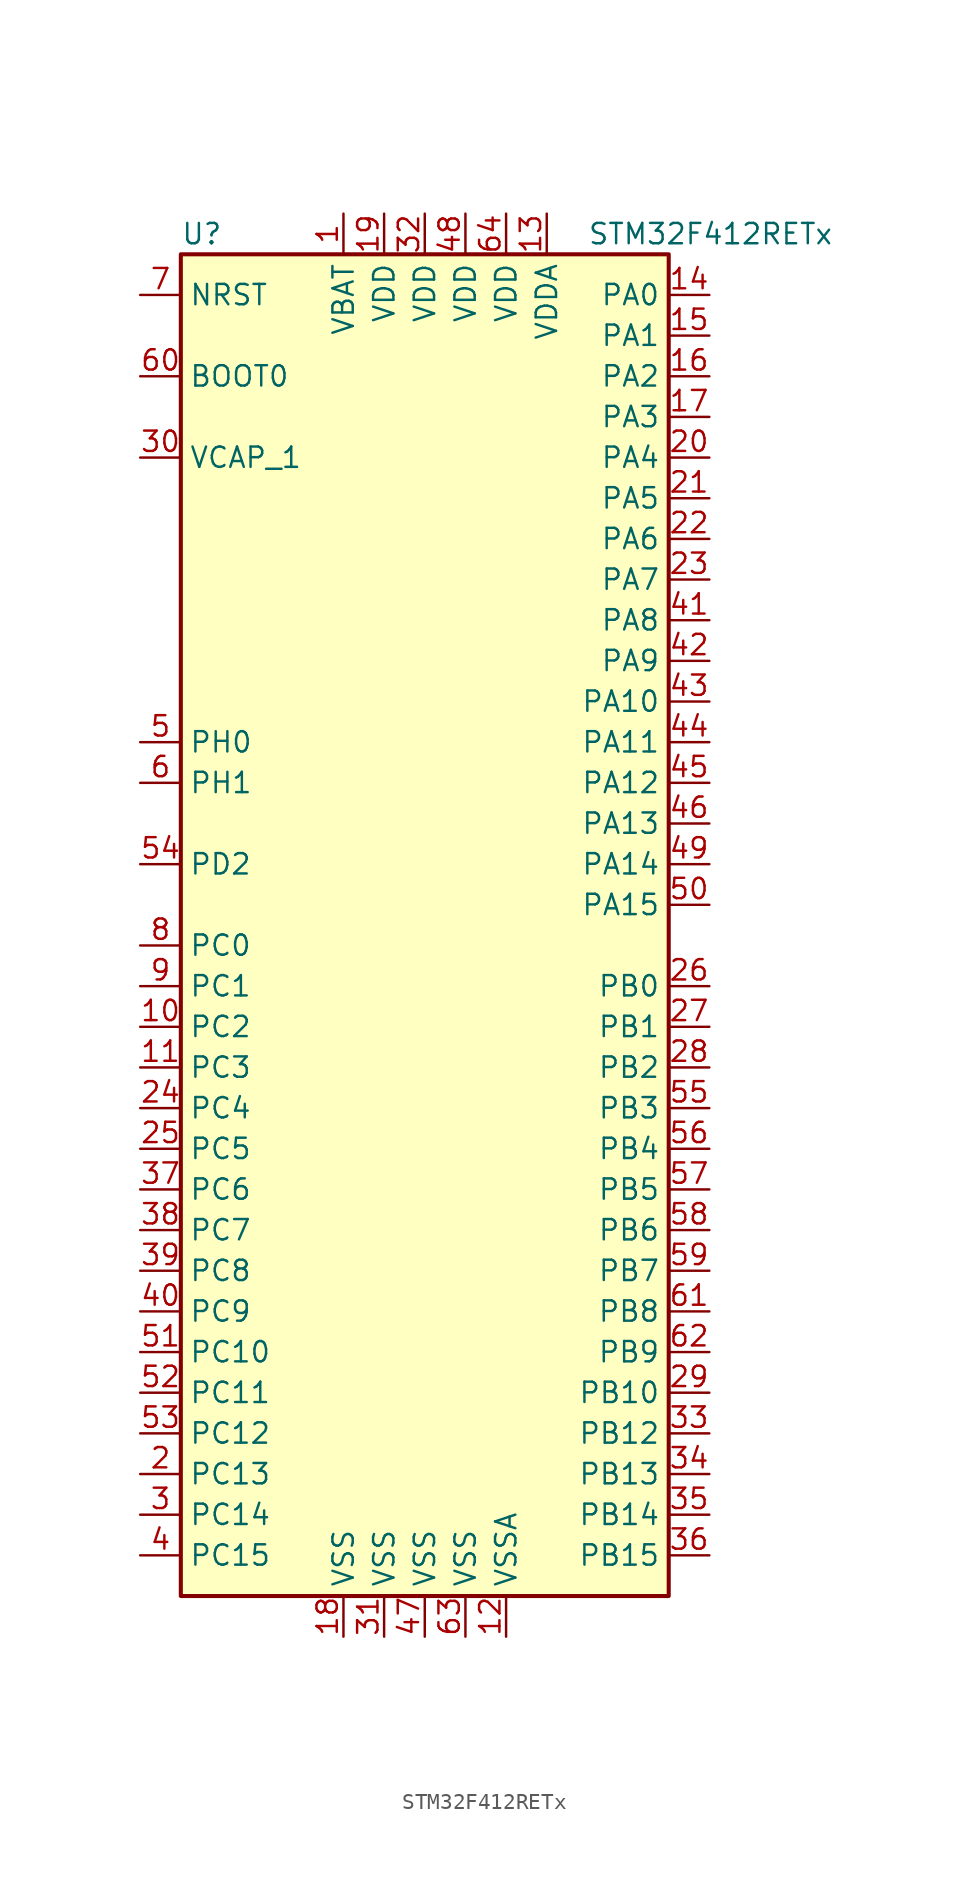
<source format=kicad_sym>
(kicad_symbol_lib
  (version 20211014)
  (generator kicad_symbol_editor)
  (symbol "STM32F412RETx"
    (property "Reference" "U"
      (at -15.24 41.91 0)
      (effects (font (size 1.27 1.27)) (justify left)))
    (property "Value" "STM32F412RETx"
      (at 10.16 41.91 0)
      (effects (font (size 1.27 1.27)) (justify left)))
    (symbol "STM32F412RETx_0_1"
      (rectangle (start -15.24 -43.18) (end 15.24 40.64) (stroke (width 0.254) (type default) (color 0 0 0 0)) (fill (type background))))
    (symbol "STM32F412RETx_1_1"
      (pin power_in line (at -5.08 43.18 270) (length 2.54) (name "VBAT" (effects (font (size 1.27 1.27)))) (number "1" (effects (font (size 1.27 1.27)))))
      (pin bidirectional line (at -17.78 -7.62 0) (length 2.54) (name "PC2" (effects (font (size 1.27 1.27)))) (number "10" (effects (font (size 1.27 1.27)))))
      (pin bidirectional line (at -17.78 -10.16 0) (length 2.54) (name "PC3" (effects (font (size 1.27 1.27)))) (number "11" (effects (font (size 1.27 1.27)))))
      (pin power_in line (at 5.08 -45.72 90) (length 2.54) (name "VSSA" (effects (font (size 1.27 1.27)))) (number "12" (effects (font (size 1.27 1.27)))))
      (pin power_in line (at 7.62 43.18 270) (length 2.54) (name "VDDA" (effects (font (size 1.27 1.27)))) (number "13" (effects (font (size 1.27 1.27)))))
      (pin bidirectional line (at 17.78 38.1 180) (length 2.54) (name "PA0" (effects (font (size 1.27 1.27)))) (number "14" (effects (font (size 1.27 1.27)))))
      (pin bidirectional line (at 17.78 35.56 180) (length 2.54) (name "PA1" (effects (font (size 1.27 1.27)))) (number "15" (effects (font (size 1.27 1.27)))))
      (pin bidirectional line (at 17.78 33.02 180) (length 2.54) (name "PA2" (effects (font (size 1.27 1.27)))) (number "16" (effects (font (size 1.27 1.27)))))
      (pin bidirectional line (at 17.78 30.48 180) (length 2.54) (name "PA3" (effects (font (size 1.27 1.27)))) (number "17" (effects (font (size 1.27 1.27)))))
      (pin power_in line (at -5.08 -45.72 90) (length 2.54) (name "VSS" (effects (font (size 1.27 1.27)))) (number "18" (effects (font (size 1.27 1.27)))))
      (pin power_in line (at -2.54 43.18 270) (length 2.54) (name "VDD" (effects (font (size 1.27 1.27)))) (number "19" (effects (font (size 1.27 1.27)))))
      (pin bidirectional line (at -17.78 -35.56 0) (length 2.54) (name "PC13" (effects (font (size 1.27 1.27)))) (number "2" (effects (font (size 1.27 1.27)))))
      (pin bidirectional line (at 17.78 27.94 180) (length 2.54) (name "PA4" (effects (font (size 1.27 1.27)))) (number "20" (effects (font (size 1.27 1.27)))))
      (pin bidirectional line (at 17.78 25.4 180) (length 2.54) (name "PA5" (effects (font (size 1.27 1.27)))) (number "21" (effects (font (size 1.27 1.27)))))
      (pin bidirectional line (at 17.78 22.86 180) (length 2.54) (name "PA6" (effects (font (size 1.27 1.27)))) (number "22" (effects (font (size 1.27 1.27)))))
      (pin bidirectional line (at 17.78 20.32 180) (length 2.54) (name "PA7" (effects (font (size 1.27 1.27)))) (number "23" (effects (font (size 1.27 1.27)))))
      (pin bidirectional line (at -17.78 -12.7 0) (length 2.54) (name "PC4" (effects (font (size 1.27 1.27)))) (number "24" (effects (font (size 1.27 1.27)))))
      (pin bidirectional line (at -17.78 -15.24 0) (length 2.54) (name "PC5" (effects (font (size 1.27 1.27)))) (number "25" (effects (font (size 1.27 1.27)))))
      (pin bidirectional line (at 17.78 -5.08 180) (length 2.54) (name "PB0" (effects (font (size 1.27 1.27)))) (number "26" (effects (font (size 1.27 1.27)))))
      (pin bidirectional line (at 17.78 -7.62 180) (length 2.54) (name "PB1" (effects (font (size 1.27 1.27)))) (number "27" (effects (font (size 1.27 1.27)))))
      (pin bidirectional line (at 17.78 -10.16 180) (length 2.54) (name "PB2" (effects (font (size 1.27 1.27)))) (number "28" (effects (font (size 1.27 1.27)))))
      (pin bidirectional line (at 17.78 -30.48 180) (length 2.54) (name "PB10" (effects (font (size 1.27 1.27)))) (number "29" (effects (font (size 1.27 1.27)))))
      (pin bidirectional line (at -17.78 -38.1 0) (length 2.54) (name "PC14" (effects (font (size 1.27 1.27)))) (number "3" (effects (font (size 1.27 1.27)))))
      (pin power_in line (at -17.78 27.94 0) (length 2.54) (name "VCAP_1" (effects (font (size 1.27 1.27)))) (number "30" (effects (font (size 1.27 1.27)))))
      (pin power_in line (at -2.54 -45.72 90) (length 2.54) (name "VSS" (effects (font (size 1.27 1.27)))) (number "31" (effects (font (size 1.27 1.27)))))
      (pin power_in line (at 0 43.18 270) (length 2.54) (name "VDD" (effects (font (size 1.27 1.27)))) (number "32" (effects (font (size 1.27 1.27)))))
      (pin bidirectional line (at 17.78 -33.02 180) (length 2.54) (name "PB12" (effects (font (size 1.27 1.27)))) (number "33" (effects (font (size 1.27 1.27)))))
      (pin bidirectional line (at 17.78 -35.56 180) (length 2.54) (name "PB13" (effects (font (size 1.27 1.27)))) (number "34" (effects (font (size 1.27 1.27)))))
      (pin bidirectional line (at 17.78 -38.1 180) (length 2.54) (name "PB14" (effects (font (size 1.27 1.27)))) (number "35" (effects (font (size 1.27 1.27)))))
      (pin bidirectional line (at 17.78 -40.64 180) (length 2.54) (name "PB15" (effects (font (size 1.27 1.27)))) (number "36" (effects (font (size 1.27 1.27)))))
      (pin bidirectional line (at -17.78 -17.78 0) (length 2.54) (name "PC6" (effects (font (size 1.27 1.27)))) (number "37" (effects (font (size 1.27 1.27)))))
      (pin bidirectional line (at -17.78 -20.32 0) (length 2.54) (name "PC7" (effects (font (size 1.27 1.27)))) (number "38" (effects (font (size 1.27 1.27)))))
      (pin bidirectional line (at -17.78 -22.86 0) (length 2.54) (name "PC8" (effects (font (size 1.27 1.27)))) (number "39" (effects (font (size 1.27 1.27)))))
      (pin bidirectional line (at -17.78 -40.64 0) (length 2.54) (name "PC15" (effects (font (size 1.27 1.27)))) (number "4" (effects (font (size 1.27 1.27)))))
      (pin bidirectional line (at -17.78 -25.4 0) (length 2.54) (name "PC9" (effects (font (size 1.27 1.27)))) (number "40" (effects (font (size 1.27 1.27)))))
      (pin bidirectional line (at 17.78 17.78 180) (length 2.54) (name "PA8" (effects (font (size 1.27 1.27)))) (number "41" (effects (font (size 1.27 1.27)))))
      (pin bidirectional line (at 17.78 15.24 180) (length 2.54) (name "PA9" (effects (font (size 1.27 1.27)))) (number "42" (effects (font (size 1.27 1.27)))))
      (pin bidirectional line (at 17.78 12.7 180) (length 2.54) (name "PA10" (effects (font (size 1.27 1.27)))) (number "43" (effects (font (size 1.27 1.27)))))
      (pin bidirectional line (at 17.78 10.16 180) (length 2.54) (name "PA11" (effects (font (size 1.27 1.27)))) (number "44" (effects (font (size 1.27 1.27)))))
      (pin bidirectional line (at 17.78 7.62 180) (length 2.54) (name "PA12" (effects (font (size 1.27 1.27)))) (number "45" (effects (font (size 1.27 1.27)))))
      (pin bidirectional line (at 17.78 5.08 180) (length 2.54) (name "PA13" (effects (font (size 1.27 1.27)))) (number "46" (effects (font (size 1.27 1.27)))))
      (pin power_in line (at 0 -45.72 90) (length 2.54) (name "VSS" (effects (font (size 1.27 1.27)))) (number "47" (effects (font (size 1.27 1.27)))))
      (pin power_in line (at 2.54 43.18 270) (length 2.54) (name "VDD" (effects (font (size 1.27 1.27)))) (number "48" (effects (font (size 1.27 1.27)))))
      (pin bidirectional line (at 17.78 2.54 180) (length 2.54) (name "PA14" (effects (font (size 1.27 1.27)))) (number "49" (effects (font (size 1.27 1.27)))))
      (pin input line (at -17.78 10.16 0) (length 2.54) (name "PH0" (effects (font (size 1.27 1.27)))) (number "5" (effects (font (size 1.27 1.27)))))
      (pin bidirectional line (at 17.78 0 180) (length 2.54) (name "PA15" (effects (font (size 1.27 1.27)))) (number "50" (effects (font (size 1.27 1.27)))))
      (pin bidirectional line (at -17.78 -27.94 0) (length 2.54) (name "PC10" (effects (font (size 1.27 1.27)))) (number "51" (effects (font (size 1.27 1.27)))))
      (pin bidirectional line (at -17.78 -30.48 0) (length 2.54) (name "PC11" (effects (font (size 1.27 1.27)))) (number "52" (effects (font (size 1.27 1.27)))))
      (pin bidirectional line (at -17.78 -33.02 0) (length 2.54) (name "PC12" (effects (font (size 1.27 1.27)))) (number "53" (effects (font (size 1.27 1.27)))))
      (pin bidirectional line (at -17.78 2.54 0) (length 2.54) (name "PD2" (effects (font (size 1.27 1.27)))) (number "54" (effects (font (size 1.27 1.27)))))
      (pin bidirectional line (at 17.78 -12.7 180) (length 2.54) (name "PB3" (effects (font (size 1.27 1.27)))) (number "55" (effects (font (size 1.27 1.27)))))
      (pin bidirectional line (at 17.78 -15.24 180) (length 2.54) (name "PB4" (effects (font (size 1.27 1.27)))) (number "56" (effects (font (size 1.27 1.27)))))
      (pin bidirectional line (at 17.78 -17.78 180) (length 2.54) (name "PB5" (effects (font (size 1.27 1.27)))) (number "57" (effects (font (size 1.27 1.27)))))
      (pin bidirectional line (at 17.78 -20.32 180) (length 2.54) (name "PB6" (effects (font (size 1.27 1.27)))) (number "58" (effects (font (size 1.27 1.27)))))
      (pin bidirectional line (at 17.78 -22.86 180) (length 2.54) (name "PB7" (effects (font (size 1.27 1.27)))) (number "59" (effects (font (size 1.27 1.27)))))
      (pin input line (at -17.78 7.62 0) (length 2.54) (name "PH1" (effects (font (size 1.27 1.27)))) (number "6" (effects (font (size 1.27 1.27)))))
      (pin input line (at -17.78 33.02 0) (length 2.54) (name "BOOT0" (effects (font (size 1.27 1.27)))) (number "60" (effects (font (size 1.27 1.27)))))
      (pin bidirectional line (at 17.78 -25.4 180) (length 2.54) (name "PB8" (effects (font (size 1.27 1.27)))) (number "61" (effects (font (size 1.27 1.27)))))
      (pin bidirectional line (at 17.78 -27.94 180) (length 2.54) (name "PB9" (effects (font (size 1.27 1.27)))) (number "62" (effects (font (size 1.27 1.27)))))
      (pin power_in line (at 2.54 -45.72 90) (length 2.54) (name "VSS" (effects (font (size 1.27 1.27)))) (number "63" (effects (font (size 1.27 1.27)))))
      (pin power_in line (at 5.08 43.18 270) (length 2.54) (name "VDD" (effects (font (size 1.27 1.27)))) (number "64" (effects (font (size 1.27 1.27)))))
      (pin input line (at -17.78 38.1 0) (length 2.54) (name "NRST" (effects (font (size 1.27 1.27)))) (number "7" (effects (font (size 1.27 1.27)))))
      (pin bidirectional line (at -17.78 -2.54 0) (length 2.54) (name "PC0" (effects (font (size 1.27 1.27)))) (number "8" (effects (font (size 1.27 1.27)))))
      (pin bidirectional line (at -17.78 -5.08 0) (length 2.54) (name "PC1" (effects (font (size 1.27 1.27)))) (number "9" (effects (font (size 1.27 1.27))))))))
</source>
